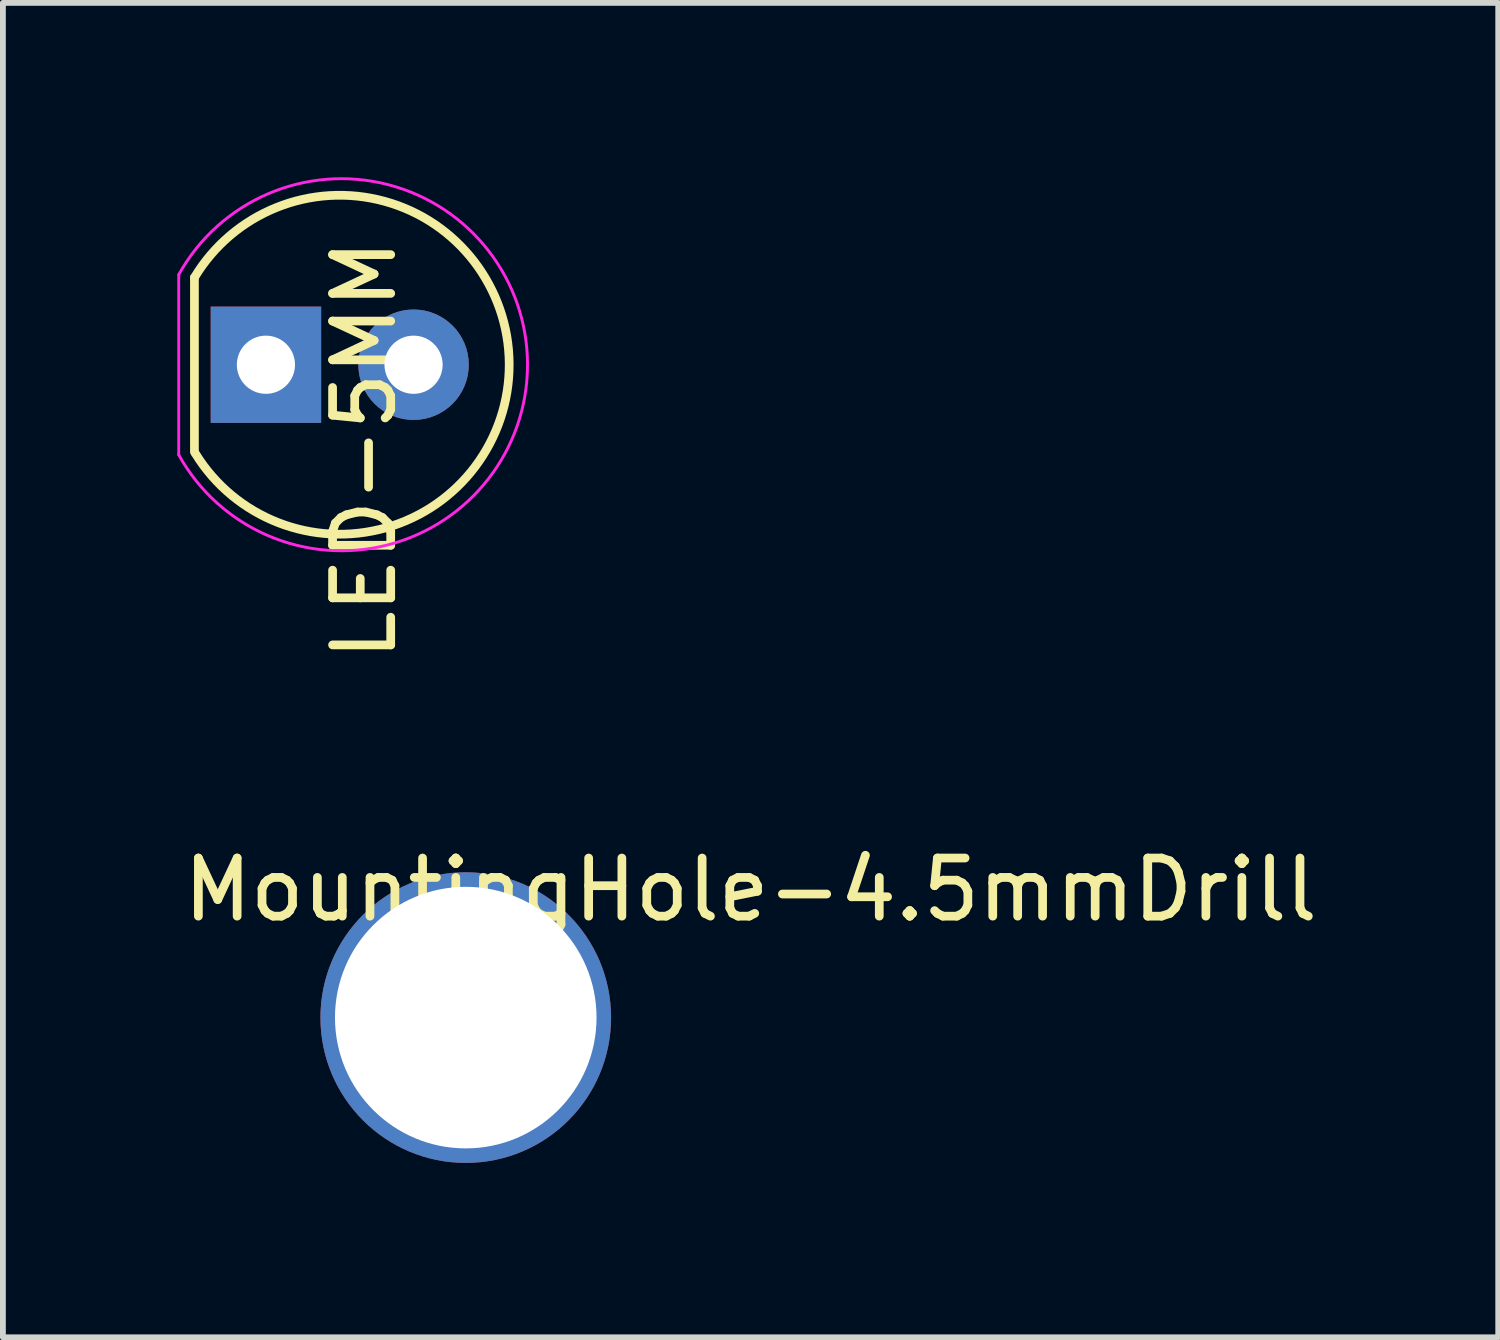
<source format=kicad_pcb>
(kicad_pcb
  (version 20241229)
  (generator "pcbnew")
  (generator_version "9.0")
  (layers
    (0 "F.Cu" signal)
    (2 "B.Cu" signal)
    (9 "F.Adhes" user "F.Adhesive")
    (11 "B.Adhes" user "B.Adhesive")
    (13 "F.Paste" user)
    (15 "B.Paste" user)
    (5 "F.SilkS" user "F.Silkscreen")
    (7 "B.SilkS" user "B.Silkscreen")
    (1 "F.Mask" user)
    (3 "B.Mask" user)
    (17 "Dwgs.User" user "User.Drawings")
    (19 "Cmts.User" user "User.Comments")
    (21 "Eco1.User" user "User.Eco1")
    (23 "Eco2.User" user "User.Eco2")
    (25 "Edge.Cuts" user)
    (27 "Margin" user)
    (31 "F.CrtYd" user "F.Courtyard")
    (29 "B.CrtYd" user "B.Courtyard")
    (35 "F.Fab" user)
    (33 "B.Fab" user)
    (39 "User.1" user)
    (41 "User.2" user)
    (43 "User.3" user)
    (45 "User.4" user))
  (footprint "MountingHole-4.5mmDrill"
    (layer "F.Cu")
    (at 4.963 14.457)
    (property "Reference" "MountingHole-4.5mmDrill" (at 4.9 -2.2 0) (layer "F.SilkS") (effects (font (size 1 1) (thickness 0.15))))
    (attr through_hole)
    (pad "" thru_hole circle (at 0 0) (size 5 5) (drill 4.5) (layers "*.Cu" "*.Mask")))
  (footprint "LED-5MM"
    (layer "F.Cu")
    (at 1.525 3.225)
    (property "Reference" "LED-5MM" (at 1.692 1.463 90) (layer "F.SilkS") (effects (font (size 1 1) (thickness 0.15))))
    (attr through_hole)
    (fp_line (start -1.23 1.5) (end -1.23 -1.5) (stroke (width 0.15) (type solid)) (layer "F.SilkS"))
    (fp_arc (start -1.23 -1.5) (mid 4.18544 -0.014565) (end -1.214888 1.524904) (stroke (width 0.15) (type solid)) (layer "F.SilkS"))
    (fp_line (start -1.5 -1.55) (end -1.5 1.55) (stroke (width 0.05) (type solid)) (layer "F.CrtYd"))
    (fp_arc (start -1.498248 -1.55316) (mid 4.50039 0.001807) (end -1.5 1.55) (stroke (width 0.05) (type solid)) (layer "F.CrtYd"))
    (pad "1" thru_hole rect (at 0 0 90) (size 2 1.9) (drill 1.001) (layers "*.Cu" "*.Mask"))
    (pad "2" thru_hole circle (at 2.54 0) (size 1.9 1.9) (drill 1.001) (layers "*.Cu" "*.Mask")))
  (gr_rect
    (start -3 -3)
    (end 22.726 19.957)
    (stroke (width 0.1) (type default))
    (fill no)
    (layer "Edge.Cuts")))
</source>
